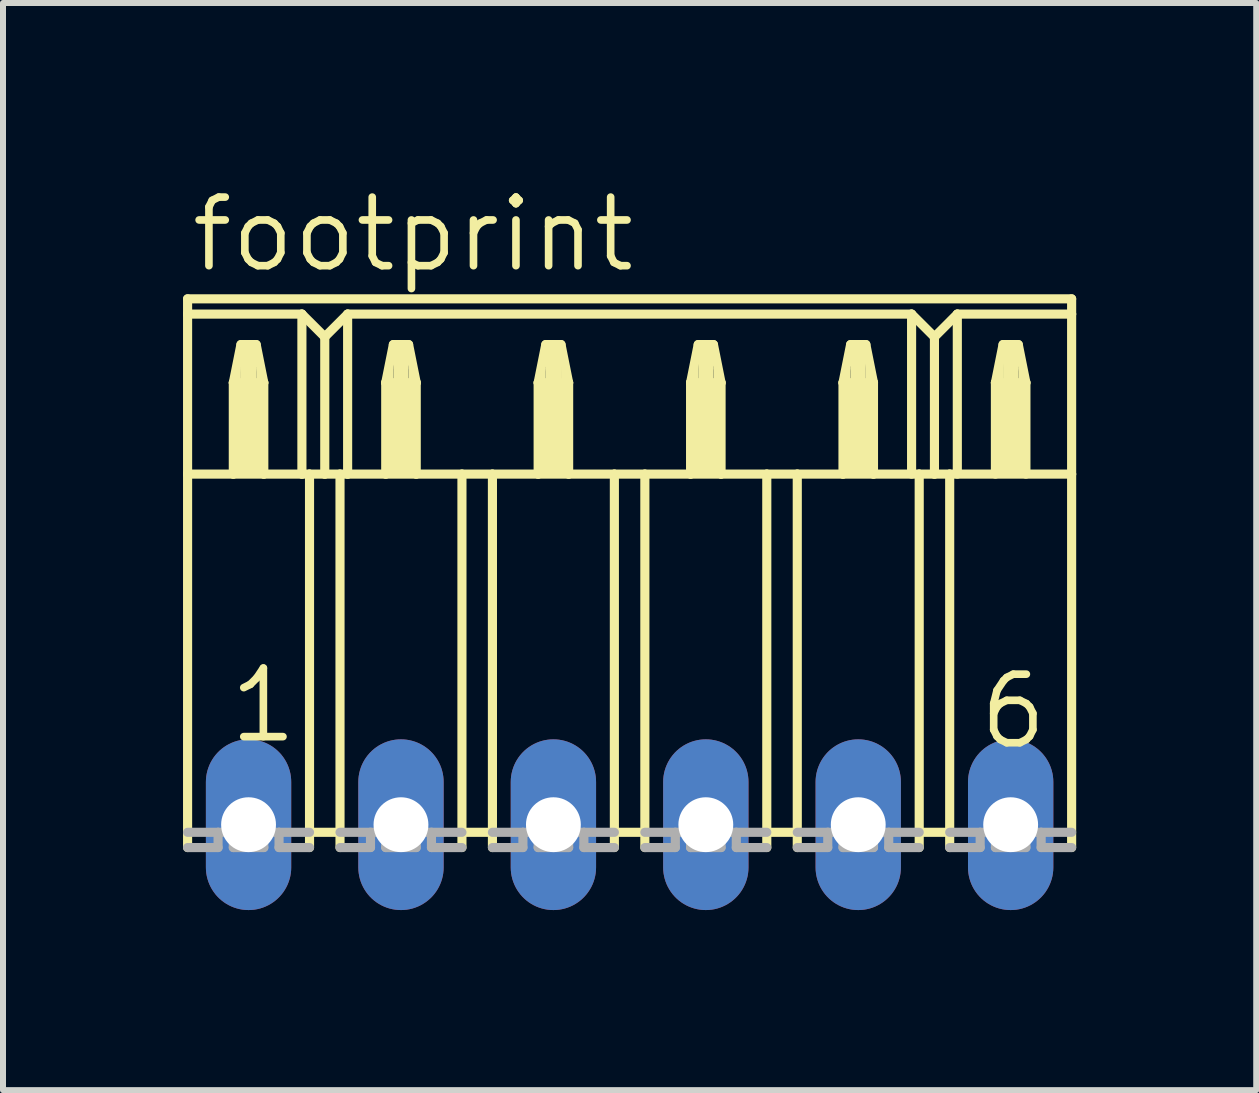
<source format=kicad_pcb>
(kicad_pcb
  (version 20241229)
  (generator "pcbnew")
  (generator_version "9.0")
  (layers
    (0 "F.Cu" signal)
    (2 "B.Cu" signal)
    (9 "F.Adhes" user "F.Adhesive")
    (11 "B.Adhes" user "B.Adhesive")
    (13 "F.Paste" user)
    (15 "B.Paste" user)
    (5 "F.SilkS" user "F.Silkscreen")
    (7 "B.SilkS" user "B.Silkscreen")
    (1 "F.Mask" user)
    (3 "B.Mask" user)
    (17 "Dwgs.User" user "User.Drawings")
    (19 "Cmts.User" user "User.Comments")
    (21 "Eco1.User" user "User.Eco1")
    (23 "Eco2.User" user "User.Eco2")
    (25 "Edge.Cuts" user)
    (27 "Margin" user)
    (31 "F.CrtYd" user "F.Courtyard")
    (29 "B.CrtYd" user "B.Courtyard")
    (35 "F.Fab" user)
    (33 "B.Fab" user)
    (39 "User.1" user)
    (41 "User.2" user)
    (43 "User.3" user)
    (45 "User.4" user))
  (footprint "footprint"
    (layer "F.Cu")
    (at 7.442 10.693)
    (property "Reference" "footprint" (at -7.366 -9.169 0) (layer "F.SilkS") (effects (font (size 1.143 1.143) (thickness 0.127)) (justify left bottom)))
    (fp_line (start -7.366 -8.763) (end -7.366 -8.509) (stroke (width 0.152) (type solid)) (layer "F.SilkS"))
    (fp_line (start -7.366 -8.763) (end 7.366 -8.763) (stroke (width 0.152) (type solid)) (layer "F.SilkS"))
    (fp_line (start -7.366 -8.509) (end -7.366 -5.842) (stroke (width 0.152) (type solid)) (layer "F.SilkS"))
    (fp_line (start -7.366 -8.509) (end -5.461 -8.509) (stroke (width 0.152) (type solid)) (layer "F.SilkS"))
    (fp_line (start -7.366 -5.842) (end -7.366 0.381) (stroke (width 0.152) (type solid)) (layer "F.SilkS"))
    (fp_line (start -7.366 -5.842) (end -6.604 -5.842) (stroke (width 0.152) (type solid)) (layer "F.SilkS"))
    (fp_line (start -6.604 -7.366) (end -6.604 -5.842) (stroke (width 0.152) (type solid)) (layer "F.SilkS"))
    (fp_line (start -6.604 -7.366) (end -6.477 -8.001) (stroke (width 0.152) (type solid)) (layer "F.SilkS"))
    (fp_line (start -6.604 -5.842) (end -6.096 -5.842) (stroke (width 0.152) (type solid)) (layer "F.SilkS"))
    (fp_line (start -6.477 -8.001) (end -6.223 -8.001) (stroke (width 0.152) (type solid)) (layer "F.SilkS"))
    (fp_line (start -6.223 -8.001) (end -6.096 -7.366) (stroke (width 0.152) (type solid)) (layer "F.SilkS"))
    (fp_line (start -6.096 -7.366) (end -6.604 -7.366) (stroke (width 0.152) (type solid)) (layer "F.SilkS"))
    (fp_line (start -6.096 -7.366) (end -6.096 -5.842) (stroke (width 0.152) (type solid)) (layer "F.SilkS"))
    (fp_line (start -6.096 -5.842) (end -5.461 -5.842) (stroke (width 0.152) (type solid)) (layer "F.SilkS"))
    (fp_line (start -5.461 -8.509) (end -5.461 -5.842) (stroke (width 0.152) (type solid)) (layer "F.SilkS"))
    (fp_line (start -5.461 -8.509) (end -5.08 -8.128) (stroke (width 0.152) (type solid)) (layer "F.SilkS"))
    (fp_line (start -5.461 -5.842) (end -5.334 -5.842) (stroke (width 0.152) (type solid)) (layer "F.SilkS"))
    (fp_line (start -5.334 -5.842) (end -5.334 0.127) (stroke (width 0.152) (type solid)) (layer "F.SilkS"))
    (fp_line (start -5.334 -5.842) (end -5.08 -5.842) (stroke (width 0.152) (type solid)) (layer "F.SilkS"))
    (fp_line (start -5.334 0.127) (end -5.334 0.381) (stroke (width 0.152) (type solid)) (layer "F.SilkS"))
    (fp_line (start -5.08 -8.128) (end -5.08 -5.842) (stroke (width 0.152) (type solid)) (layer "F.SilkS"))
    (fp_line (start -5.08 -8.128) (end -4.699 -8.509) (stroke (width 0.152) (type solid)) (layer "F.SilkS"))
    (fp_line (start -5.08 -5.842) (end -4.826 -5.842) (stroke (width 0.152) (type solid)) (layer "F.SilkS"))
    (fp_line (start -4.826 -5.842) (end -4.826 0.127) (stroke (width 0.152) (type solid)) (layer "F.SilkS"))
    (fp_line (start -4.826 -5.842) (end -4.699 -5.842) (stroke (width 0.152) (type solid)) (layer "F.SilkS"))
    (fp_line (start -4.826 0.127) (end -5.334 0.127) (stroke (width 0.152) (type solid)) (layer "F.SilkS"))
    (fp_line (start -4.826 0.127) (end -4.826 0.381) (stroke (width 0.152) (type solid)) (layer "F.SilkS"))
    (fp_line (start -4.699 -8.509) (end -4.699 -5.842) (stroke (width 0.152) (type solid)) (layer "F.SilkS"))
    (fp_line (start -4.699 -8.509) (end 4.699 -8.509) (stroke (width 0.152) (type solid)) (layer "F.SilkS"))
    (fp_line (start -4.699 -5.842) (end -4.064 -5.842) (stroke (width 0.152) (type solid)) (layer "F.SilkS"))
    (fp_line (start -4.064 -7.366) (end -4.064 -5.842) (stroke (width 0.152) (type solid)) (layer "F.SilkS"))
    (fp_line (start -4.064 -7.366) (end -3.937 -8.001) (stroke (width 0.152) (type solid)) (layer "F.SilkS"))
    (fp_line (start -4.064 -5.842) (end -3.556 -5.842) (stroke (width 0.152) (type solid)) (layer "F.SilkS"))
    (fp_line (start -3.937 -8.001) (end -3.683 -8.001) (stroke (width 0.152) (type solid)) (layer "F.SilkS"))
    (fp_line (start -3.683 -8.001) (end -3.556 -7.366) (stroke (width 0.152) (type solid)) (layer "F.SilkS"))
    (fp_line (start -3.556 -7.366) (end -4.064 -7.366) (stroke (width 0.152) (type solid)) (layer "F.SilkS"))
    (fp_line (start -3.556 -7.366) (end -3.556 -5.842) (stroke (width 0.152) (type solid)) (layer "F.SilkS"))
    (fp_line (start -3.556 -5.842) (end -2.794 -5.842) (stroke (width 0.152) (type solid)) (layer "F.SilkS"))
    (fp_line (start -2.794 -5.842) (end -2.794 0.127) (stroke (width 0.152) (type solid)) (layer "F.SilkS"))
    (fp_line (start -2.794 -5.842) (end -2.286 -5.842) (stroke (width 0.152) (type solid)) (layer "F.SilkS"))
    (fp_line (start -2.794 0.127) (end -2.794 0.381) (stroke (width 0.152) (type solid)) (layer "F.SilkS"))
    (fp_line (start -2.286 -5.842) (end -2.286 0.127) (stroke (width 0.152) (type solid)) (layer "F.SilkS"))
    (fp_line (start -2.286 -5.842) (end -1.524 -5.842) (stroke (width 0.152) (type solid)) (layer "F.SilkS"))
    (fp_line (start -2.286 0.127) (end -2.794 0.127) (stroke (width 0.152) (type solid)) (layer "F.SilkS"))
    (fp_line (start -2.286 0.127) (end -2.286 0.381) (stroke (width 0.152) (type solid)) (layer "F.SilkS"))
    (fp_line (start -1.524 -7.366) (end -1.524 -5.842) (stroke (width 0.152) (type solid)) (layer "F.SilkS"))
    (fp_line (start -1.524 -7.366) (end -1.397 -8.001) (stroke (width 0.152) (type solid)) (layer "F.SilkS"))
    (fp_line (start -1.524 -5.842) (end -1.016 -5.842) (stroke (width 0.152) (type solid)) (layer "F.SilkS"))
    (fp_line (start -1.397 -8.001) (end -1.143 -8.001) (stroke (width 0.152) (type solid)) (layer "F.SilkS"))
    (fp_line (start -1.143 -8.001) (end -1.016 -7.366) (stroke (width 0.152) (type solid)) (layer "F.SilkS"))
    (fp_line (start -1.016 -7.366) (end -1.524 -7.366) (stroke (width 0.152) (type solid)) (layer "F.SilkS"))
    (fp_line (start -1.016 -7.366) (end -1.016 -5.842) (stroke (width 0.152) (type solid)) (layer "F.SilkS"))
    (fp_line (start -1.016 -5.842) (end -0.254 -5.842) (stroke (width 0.152) (type solid)) (layer "F.SilkS"))
    (fp_line (start -0.254 -5.842) (end -0.254 0.127) (stroke (width 0.152) (type solid)) (layer "F.SilkS"))
    (fp_line (start -0.254 -5.842) (end 0.254 -5.842) (stroke (width 0.152) (type solid)) (layer "F.SilkS"))
    (fp_line (start -0.254 0.127) (end -0.254 0.381) (stroke (width 0.152) (type solid)) (layer "F.SilkS"))
    (fp_line (start 0.254 -5.842) (end 0.254 0.127) (stroke (width 0.152) (type solid)) (layer "F.SilkS"))
    (fp_line (start 0.254 -5.842) (end 1.016 -5.842) (stroke (width 0.152) (type solid)) (layer "F.SilkS"))
    (fp_line (start 0.254 0.127) (end -0.254 0.127) (stroke (width 0.152) (type solid)) (layer "F.SilkS"))
    (fp_line (start 0.254 0.127) (end 0.254 0.381) (stroke (width 0.152) (type solid)) (layer "F.SilkS"))
    (fp_line (start 1.016 -7.366) (end 1.016 -5.842) (stroke (width 0.152) (type solid)) (layer "F.SilkS"))
    (fp_line (start 1.016 -7.366) (end 1.143 -8.001) (stroke (width 0.152) (type solid)) (layer "F.SilkS"))
    (fp_line (start 1.016 -5.842) (end 1.524 -5.842) (stroke (width 0.152) (type solid)) (layer "F.SilkS"))
    (fp_line (start 1.143 -8.001) (end 1.397 -8.001) (stroke (width 0.152) (type solid)) (layer "F.SilkS"))
    (fp_line (start 1.397 -8.001) (end 1.524 -7.366) (stroke (width 0.152) (type solid)) (layer "F.SilkS"))
    (fp_line (start 1.524 -7.366) (end 1.016 -7.366) (stroke (width 0.152) (type solid)) (layer "F.SilkS"))
    (fp_line (start 1.524 -7.366) (end 1.524 -5.842) (stroke (width 0.152) (type solid)) (layer "F.SilkS"))
    (fp_line (start 1.524 -5.842) (end 2.286 -5.842) (stroke (width 0.152) (type solid)) (layer "F.SilkS"))
    (fp_line (start 2.286 -5.842) (end 2.286 0.127) (stroke (width 0.152) (type solid)) (layer "F.SilkS"))
    (fp_line (start 2.286 -5.842) (end 2.794 -5.842) (stroke (width 0.152) (type solid)) (layer "F.SilkS"))
    (fp_line (start 2.286 0.127) (end 2.286 0.381) (stroke (width 0.152) (type solid)) (layer "F.SilkS"))
    (fp_line (start 2.794 -5.842) (end 2.794 0.127) (stroke (width 0.152) (type solid)) (layer "F.SilkS"))
    (fp_line (start 2.794 -5.842) (end 3.556 -5.842) (stroke (width 0.152) (type solid)) (layer "F.SilkS"))
    (fp_line (start 2.794 0.127) (end 2.286 0.127) (stroke (width 0.152) (type solid)) (layer "F.SilkS"))
    (fp_line (start 2.794 0.127) (end 2.794 0.381) (stroke (width 0.152) (type solid)) (layer "F.SilkS"))
    (fp_line (start 3.556 -7.366) (end 3.556 -5.842) (stroke (width 0.152) (type solid)) (layer "F.SilkS"))
    (fp_line (start 3.556 -7.366) (end 3.683 -8.001) (stroke (width 0.152) (type solid)) (layer "F.SilkS"))
    (fp_line (start 3.556 -5.842) (end 4.064 -5.842) (stroke (width 0.152) (type solid)) (layer "F.SilkS"))
    (fp_line (start 3.683 -8.001) (end 3.937 -8.001) (stroke (width 0.152) (type solid)) (layer "F.SilkS"))
    (fp_line (start 3.937 -8.001) (end 4.064 -7.366) (stroke (width 0.152) (type solid)) (layer "F.SilkS"))
    (fp_line (start 4.064 -7.366) (end 3.556 -7.366) (stroke (width 0.152) (type solid)) (layer "F.SilkS"))
    (fp_line (start 4.064 -7.366) (end 4.064 -5.842) (stroke (width 0.152) (type solid)) (layer "F.SilkS"))
    (fp_line (start 4.064 -5.842) (end 4.826 -5.842) (stroke (width 0.152) (type solid)) (layer "F.SilkS"))
    (fp_line (start 4.699 -8.509) (end 4.699 -5.842) (stroke (width 0.152) (type solid)) (layer "F.SilkS"))
    (fp_line (start 4.699 -8.509) (end 5.08 -8.128) (stroke (width 0.152) (type solid)) (layer "F.SilkS"))
    (fp_line (start 4.826 -5.842) (end 4.826 0.127) (stroke (width 0.152) (type solid)) (layer "F.SilkS"))
    (fp_line (start 4.826 -5.842) (end 5.08 -5.842) (stroke (width 0.152) (type solid)) (layer "F.SilkS"))
    (fp_line (start 4.826 0.127) (end 4.826 0.381) (stroke (width 0.152) (type solid)) (layer "F.SilkS"))
    (fp_line (start 5.08 -8.128) (end 5.08 -5.842) (stroke (width 0.152) (type solid)) (layer "F.SilkS"))
    (fp_line (start 5.08 -8.128) (end 5.461 -8.509) (stroke (width 0.152) (type solid)) (layer "F.SilkS"))
    (fp_line (start 5.08 -5.842) (end 5.334 -5.842) (stroke (width 0.152) (type solid)) (layer "F.SilkS"))
    (fp_line (start 5.334 -5.842) (end 5.334 0.127) (stroke (width 0.152) (type solid)) (layer "F.SilkS"))
    (fp_line (start 5.334 -5.842) (end 7.366 -5.842) (stroke (width 0.152) (type solid)) (layer "F.SilkS"))
    (fp_line (start 5.334 0.127) (end 4.826 0.127) (stroke (width 0.152) (type solid)) (layer "F.SilkS"))
    (fp_line (start 5.334 0.127) (end 5.334 0.381) (stroke (width 0.152) (type solid)) (layer "F.SilkS"))
    (fp_line (start 5.461 -8.509) (end 5.461 -5.842) (stroke (width 0.152) (type solid)) (layer "F.SilkS"))
    (fp_line (start 5.461 -8.509) (end 7.366 -8.509) (stroke (width 0.152) (type solid)) (layer "F.SilkS"))
    (fp_line (start 6.096 -7.366) (end 6.096 -5.842) (stroke (width 0.152) (type solid)) (layer "F.SilkS"))
    (fp_line (start 6.096 -7.366) (end 6.223 -8.001) (stroke (width 0.152) (type solid)) (layer "F.SilkS"))
    (fp_line (start 6.223 -8.001) (end 6.477 -8.001) (stroke (width 0.152) (type solid)) (layer "F.SilkS"))
    (fp_line (start 6.477 -8.001) (end 6.604 -7.366) (stroke (width 0.152) (type solid)) (layer "F.SilkS"))
    (fp_line (start 6.604 -7.366) (end 6.096 -7.366) (stroke (width 0.152) (type solid)) (layer "F.SilkS"))
    (fp_line (start 6.604 -7.366) (end 6.604 -5.842) (stroke (width 0.152) (type solid)) (layer "F.SilkS"))
    (fp_line (start 7.366 -8.509) (end 7.366 -8.763) (stroke (width 0.152) (type solid)) (layer "F.SilkS"))
    (fp_line (start 7.366 -8.509) (end 7.366 -5.842) (stroke (width 0.152) (type solid)) (layer "F.SilkS"))
    (fp_line (start 7.366 -5.842) (end 7.366 0.381) (stroke (width 0.152) (type solid)) (layer "F.SilkS"))
    (fp_poly (pts (xy -6.604 -7.366) (xy -6.477 -7.366) (xy -6.477 -7.62) (xy -6.604 -7.62)) (stroke (width 0) (type solid)) (fill yes) (layer "F.SilkS"))
    (fp_poly (pts (xy -6.604 -5.842) (xy -6.096 -5.842) (xy -6.096 -7.366) (xy -6.604 -7.366)) (stroke (width 0) (type solid)) (fill yes) (layer "F.SilkS"))
    (fp_poly (pts (xy -6.477 -7.366) (xy -6.223 -7.366) (xy -6.223 -8.001) (xy -6.477 -8.001)) (stroke (width 0) (type solid)) (fill yes) (layer "F.SilkS"))
    (fp_poly (pts (xy -6.223 -7.366) (xy -6.096 -7.366) (xy -6.096 -7.62) (xy -6.223 -7.62)) (stroke (width 0) (type solid)) (fill yes) (layer "F.SilkS"))
    (fp_poly (pts (xy -4.064 -7.366) (xy -3.937 -7.366) (xy -3.937 -7.62) (xy -4.064 -7.62)) (stroke (width 0) (type solid)) (fill yes) (layer "F.SilkS"))
    (fp_poly (pts (xy -4.064 -5.842) (xy -3.556 -5.842) (xy -3.556 -7.366) (xy -4.064 -7.366)) (stroke (width 0) (type solid)) (fill yes) (layer "F.SilkS"))
    (fp_poly (pts (xy -3.937 -7.366) (xy -3.683 -7.366) (xy -3.683 -8.001) (xy -3.937 -8.001)) (stroke (width 0) (type solid)) (fill yes) (layer "F.SilkS"))
    (fp_poly (pts (xy -3.683 -7.366) (xy -3.556 -7.366) (xy -3.556 -7.62) (xy -3.683 -7.62)) (stroke (width 0) (type solid)) (fill yes) (layer "F.SilkS"))
    (fp_poly (pts (xy -1.524 -7.366) (xy -1.397 -7.366) (xy -1.397 -7.62) (xy -1.524 -7.62)) (stroke (width 0) (type solid)) (fill yes) (layer "F.SilkS"))
    (fp_poly (pts (xy -1.524 -5.842) (xy -1.016 -5.842) (xy -1.016 -7.366) (xy -1.524 -7.366)) (stroke (width 0) (type solid)) (fill yes) (layer "F.SilkS"))
    (fp_poly (pts (xy -1.397 -7.366) (xy -1.143 -7.366) (xy -1.143 -8.001) (xy -1.397 -8.001)) (stroke (width 0) (type solid)) (fill yes) (layer "F.SilkS"))
    (fp_poly (pts (xy -1.143 -7.366) (xy -1.016 -7.366) (xy -1.016 -7.62) (xy -1.143 -7.62)) (stroke (width 0) (type solid)) (fill yes) (layer "F.SilkS"))
    (fp_poly (pts (xy 1.016 -7.366) (xy 1.143 -7.366) (xy 1.143 -7.62) (xy 1.016 -7.62)) (stroke (width 0) (type solid)) (fill yes) (layer "F.SilkS"))
    (fp_poly (pts (xy 1.016 -5.842) (xy 1.524 -5.842) (xy 1.524 -7.366) (xy 1.016 -7.366)) (stroke (width 0) (type solid)) (fill yes) (layer "F.SilkS"))
    (fp_poly (pts (xy 1.143 -7.366) (xy 1.397 -7.366) (xy 1.397 -8.001) (xy 1.143 -8.001)) (stroke (width 0) (type solid)) (fill yes) (layer "F.SilkS"))
    (fp_poly (pts (xy 1.397 -7.366) (xy 1.524 -7.366) (xy 1.524 -7.62) (xy 1.397 -7.62)) (stroke (width 0) (type solid)) (fill yes) (layer "F.SilkS"))
    (fp_poly (pts (xy 3.556 -7.366) (xy 3.683 -7.366) (xy 3.683 -7.62) (xy 3.556 -7.62)) (stroke (width 0) (type solid)) (fill yes) (layer "F.SilkS"))
    (fp_poly (pts (xy 3.556 -5.842) (xy 4.064 -5.842) (xy 4.064 -7.366) (xy 3.556 -7.366)) (stroke (width 0) (type solid)) (fill yes) (layer "F.SilkS"))
    (fp_poly (pts (xy 3.683 -7.366) (xy 3.937 -7.366) (xy 3.937 -8.001) (xy 3.683 -8.001)) (stroke (width 0) (type solid)) (fill yes) (layer "F.SilkS"))
    (fp_poly (pts (xy 3.937 -7.366) (xy 4.064 -7.366) (xy 4.064 -7.62) (xy 3.937 -7.62)) (stroke (width 0) (type solid)) (fill yes) (layer "F.SilkS"))
    (fp_poly (pts (xy 6.096 -7.366) (xy 6.223 -7.366) (xy 6.223 -7.62) (xy 6.096 -7.62)) (stroke (width 0) (type solid)) (fill yes) (layer "F.SilkS"))
    (fp_poly (pts (xy 6.096 -5.842) (xy 6.604 -5.842) (xy 6.604 -7.366) (xy 6.096 -7.366)) (stroke (width 0) (type solid)) (fill yes) (layer "F.SilkS"))
    (fp_poly (pts (xy 6.223 -7.366) (xy 6.477 -7.366) (xy 6.477 -8.001) (xy 6.223 -8.001)) (stroke (width 0) (type solid)) (fill yes) (layer "F.SilkS"))
    (fp_poly (pts (xy 6.477 -7.366) (xy 6.604 -7.366) (xy 6.604 -7.62) (xy 6.477 -7.62)) (stroke (width 0) (type solid)) (fill yes) (layer "F.SilkS"))
    (fp_line (start -7.366 0.127) (end -6.858 0.127) (stroke (width 0.152) (type solid)) (layer "F.Fab"))
    (fp_line (start -6.858 0.381) (end -7.366 0.381) (stroke (width 0.152) (type solid)) (layer "F.Fab"))
    (fp_line (start -6.858 0.381) (end -6.858 0.127) (stroke (width 0.152) (type solid)) (layer "F.Fab"))
    (fp_line (start -6.604 0.127) (end -6.858 0.127) (stroke (width 0.152) (type solid)) (layer "F.Fab"))
    (fp_line (start -6.604 0.381) (end -6.604 0.127) (stroke (width 0.152) (type solid)) (layer "F.Fab"))
    (fp_line (start -6.096 0.381) (end -6.604 0.381) (stroke (width 0.152) (type solid)) (layer "F.Fab"))
    (fp_line (start -6.096 0.381) (end -6.096 0.127) (stroke (width 0.152) (type solid)) (layer "F.Fab"))
    (fp_line (start -5.842 0.127) (end -6.096 0.127) (stroke (width 0.152) (type solid)) (layer "F.Fab"))
    (fp_line (start -5.842 0.381) (end -5.842 0.127) (stroke (width 0.152) (type solid)) (layer "F.Fab"))
    (fp_line (start -5.334 0.127) (end -5.842 0.127) (stroke (width 0.152) (type solid)) (layer "F.Fab"))
    (fp_line (start -5.334 0.381) (end -5.842 0.381) (stroke (width 0.152) (type solid)) (layer "F.Fab"))
    (fp_line (start -4.826 0.127) (end -4.318 0.127) (stroke (width 0.152) (type solid)) (layer "F.Fab"))
    (fp_line (start -4.318 0.381) (end -4.826 0.381) (stroke (width 0.152) (type solid)) (layer "F.Fab"))
    (fp_line (start -4.318 0.381) (end -4.318 0.127) (stroke (width 0.152) (type solid)) (layer "F.Fab"))
    (fp_line (start -4.064 0.127) (end -4.318 0.127) (stroke (width 0.152) (type solid)) (layer "F.Fab"))
    (fp_line (start -4.064 0.381) (end -4.064 0.127) (stroke (width 0.152) (type solid)) (layer "F.Fab"))
    (fp_line (start -3.556 0.381) (end -4.064 0.381) (stroke (width 0.152) (type solid)) (layer "F.Fab"))
    (fp_line (start -3.556 0.381) (end -3.556 0.127) (stroke (width 0.152) (type solid)) (layer "F.Fab"))
    (fp_line (start -3.302 0.127) (end -3.556 0.127) (stroke (width 0.152) (type solid)) (layer "F.Fab"))
    (fp_line (start -3.302 0.381) (end -3.302 0.127) (stroke (width 0.152) (type solid)) (layer "F.Fab"))
    (fp_line (start -2.794 0.127) (end -3.302 0.127) (stroke (width 0.152) (type solid)) (layer "F.Fab"))
    (fp_line (start -2.794 0.381) (end -3.302 0.381) (stroke (width 0.152) (type solid)) (layer "F.Fab"))
    (fp_line (start -2.286 0.127) (end -1.778 0.127) (stroke (width 0.152) (type solid)) (layer "F.Fab"))
    (fp_line (start -1.778 0.381) (end -2.286 0.381) (stroke (width 0.152) (type solid)) (layer "F.Fab"))
    (fp_line (start -1.778 0.381) (end -1.778 0.127) (stroke (width 0.152) (type solid)) (layer "F.Fab"))
    (fp_line (start -1.524 0.127) (end -1.778 0.127) (stroke (width 0.152) (type solid)) (layer "F.Fab"))
    (fp_line (start -1.524 0.381) (end -1.524 0.127) (stroke (width 0.152) (type solid)) (layer "F.Fab"))
    (fp_line (start -1.016 0.381) (end -1.524 0.381) (stroke (width 0.152) (type solid)) (layer "F.Fab"))
    (fp_line (start -1.016 0.381) (end -1.016 0.127) (stroke (width 0.152) (type solid)) (layer "F.Fab"))
    (fp_line (start -0.762 0.127) (end -1.016 0.127) (stroke (width 0.152) (type solid)) (layer "F.Fab"))
    (fp_line (start -0.762 0.381) (end -0.762 0.127) (stroke (width 0.152) (type solid)) (layer "F.Fab"))
    (fp_line (start -0.254 0.127) (end -0.762 0.127) (stroke (width 0.152) (type solid)) (layer "F.Fab"))
    (fp_line (start -0.254 0.381) (end -0.762 0.381) (stroke (width 0.152) (type solid)) (layer "F.Fab"))
    (fp_line (start 0.254 0.127) (end 0.762 0.127) (stroke (width 0.152) (type solid)) (layer "F.Fab"))
    (fp_line (start 0.762 0.381) (end 0.254 0.381) (stroke (width 0.152) (type solid)) (layer "F.Fab"))
    (fp_line (start 0.762 0.381) (end 0.762 0.127) (stroke (width 0.152) (type solid)) (layer "F.Fab"))
    (fp_line (start 1.016 0.127) (end 0.762 0.127) (stroke (width 0.152) (type solid)) (layer "F.Fab"))
    (fp_line (start 1.016 0.381) (end 1.016 0.127) (stroke (width 0.152) (type solid)) (layer "F.Fab"))
    (fp_line (start 1.524 0.381) (end 1.016 0.381) (stroke (width 0.152) (type solid)) (layer "F.Fab"))
    (fp_line (start 1.524 0.381) (end 1.524 0.127) (stroke (width 0.152) (type solid)) (layer "F.Fab"))
    (fp_line (start 1.778 0.127) (end 1.524 0.127) (stroke (width 0.152) (type solid)) (layer "F.Fab"))
    (fp_line (start 1.778 0.381) (end 1.778 0.127) (stroke (width 0.152) (type solid)) (layer "F.Fab"))
    (fp_line (start 2.286 0.127) (end 1.778 0.127) (stroke (width 0.152) (type solid)) (layer "F.Fab"))
    (fp_line (start 2.286 0.381) (end 1.778 0.381) (stroke (width 0.152) (type solid)) (layer "F.Fab"))
    (fp_line (start 2.794 0.127) (end 3.302 0.127) (stroke (width 0.152) (type solid)) (layer "F.Fab"))
    (fp_line (start 3.302 0.381) (end 2.794 0.381) (stroke (width 0.152) (type solid)) (layer "F.Fab"))
    (fp_line (start 3.302 0.381) (end 3.302 0.127) (stroke (width 0.152) (type solid)) (layer "F.Fab"))
    (fp_line (start 3.556 0.127) (end 3.302 0.127) (stroke (width 0.152) (type solid)) (layer "F.Fab"))
    (fp_line (start 3.556 0.381) (end 3.556 0.127) (stroke (width 0.152) (type solid)) (layer "F.Fab"))
    (fp_line (start 4.064 0.381) (end 3.556 0.381) (stroke (width 0.152) (type solid)) (layer "F.Fab"))
    (fp_line (start 4.064 0.381) (end 4.064 0.127) (stroke (width 0.152) (type solid)) (layer "F.Fab"))
    (fp_line (start 4.318 0.127) (end 4.064 0.127) (stroke (width 0.152) (type solid)) (layer "F.Fab"))
    (fp_line (start 4.318 0.381) (end 4.318 0.127) (stroke (width 0.152) (type solid)) (layer "F.Fab"))
    (fp_line (start 4.826 0.127) (end 4.318 0.127) (stroke (width 0.152) (type solid)) (layer "F.Fab"))
    (fp_line (start 4.826 0.381) (end 4.318 0.381) (stroke (width 0.152) (type solid)) (layer "F.Fab"))
    (fp_line (start 5.334 0.127) (end 5.842 0.127) (stroke (width 0.152) (type solid)) (layer "F.Fab"))
    (fp_line (start 5.842 0.381) (end 5.334 0.381) (stroke (width 0.152) (type solid)) (layer "F.Fab"))
    (fp_line (start 5.842 0.381) (end 5.842 0.127) (stroke (width 0.152) (type solid)) (layer "F.Fab"))
    (fp_line (start 6.096 0.127) (end 5.842 0.127) (stroke (width 0.152) (type solid)) (layer "F.Fab"))
    (fp_line (start 6.096 0.381) (end 6.096 0.127) (stroke (width 0.152) (type solid)) (layer "F.Fab"))
    (fp_line (start 6.604 0.381) (end 6.096 0.381) (stroke (width 0.152) (type solid)) (layer "F.Fab"))
    (fp_line (start 6.604 0.381) (end 6.604 0.127) (stroke (width 0.152) (type solid)) (layer "F.Fab"))
    (fp_line (start 6.858 0.127) (end 6.604 0.127) (stroke (width 0.152) (type solid)) (layer "F.Fab"))
    (fp_line (start 6.858 0.381) (end 6.858 0.127) (stroke (width 0.152) (type solid)) (layer "F.Fab"))
    (fp_line (start 7.366 0.127) (end 6.858 0.127) (stroke (width 0.152) (type solid)) (layer "F.Fab"))
    (fp_line (start 7.366 0.381) (end 6.858 0.381) (stroke (width 0.152) (type solid)) (layer "F.Fab"))
    (fp_text user "6" (at 5.766 -1.219 0) (layer "F.SilkS") (effects (font (size 1.143 1.143) (thickness 0.127)) (justify left bottom)))
    (fp_text user "1" (at -6.731 -1.321 0) (layer "F.SilkS") (effects (font (size 1.143 1.143) (thickness 0.127)) (justify left bottom)))
    (pad "1" thru_hole oval (at -6.35 0 90) (size 2.845 1.422) (drill 0.914) (layers "*.Cu" "*.Mask"))
    (pad "2" thru_hole oval (at -3.81 0 90) (size 2.845 1.422) (drill 0.914) (layers "*.Cu" "*.Mask"))
    (pad "3" thru_hole oval (at -1.27 0 90) (size 2.845 1.422) (drill 0.914) (layers "*.Cu" "*.Mask"))
    (pad "4" thru_hole oval (at 1.27 0 90) (size 2.845 1.422) (drill 0.914) (layers "*.Cu" "*.Mask"))
    (pad "5" thru_hole oval (at 3.81 0 90) (size 2.845 1.422) (drill 0.914) (layers "*.Cu" "*.Mask"))
    (pad "6" thru_hole oval (at 6.35 0 90) (size 2.845 1.422) (drill 0.914) (layers "*.Cu" "*.Mask")))
  (gr_rect
    (start -3 -3)
    (end 17.884 15.116)
    (stroke (width 0.1) (type default))
    (fill no)
    (layer "Edge.Cuts")))
</source>
